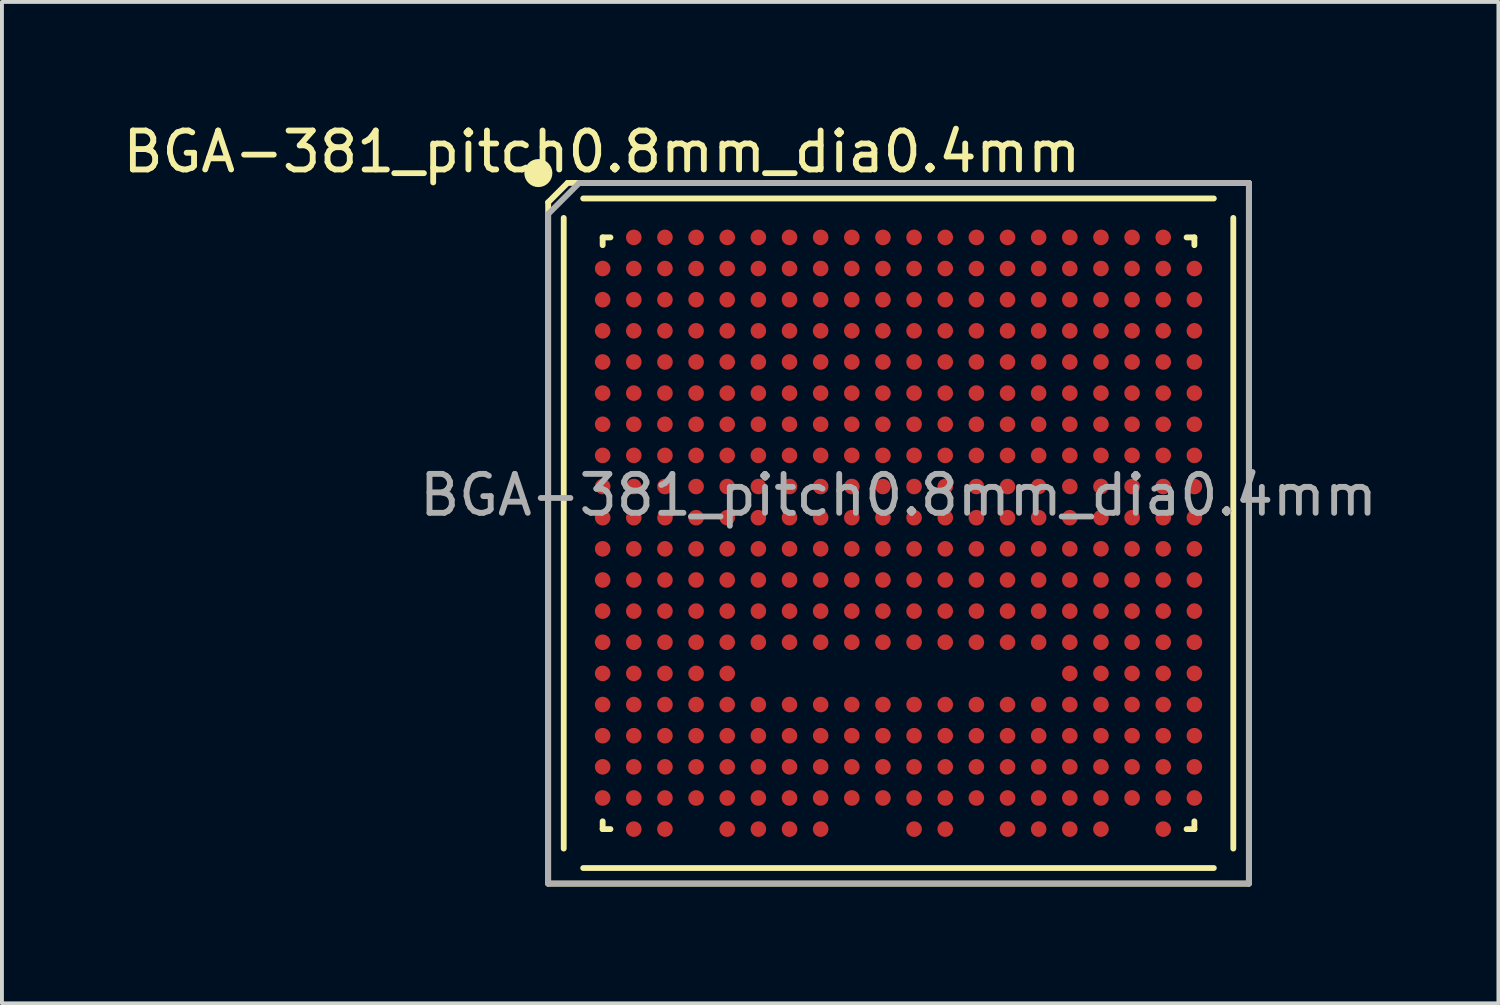
<source format=kicad_pcb>
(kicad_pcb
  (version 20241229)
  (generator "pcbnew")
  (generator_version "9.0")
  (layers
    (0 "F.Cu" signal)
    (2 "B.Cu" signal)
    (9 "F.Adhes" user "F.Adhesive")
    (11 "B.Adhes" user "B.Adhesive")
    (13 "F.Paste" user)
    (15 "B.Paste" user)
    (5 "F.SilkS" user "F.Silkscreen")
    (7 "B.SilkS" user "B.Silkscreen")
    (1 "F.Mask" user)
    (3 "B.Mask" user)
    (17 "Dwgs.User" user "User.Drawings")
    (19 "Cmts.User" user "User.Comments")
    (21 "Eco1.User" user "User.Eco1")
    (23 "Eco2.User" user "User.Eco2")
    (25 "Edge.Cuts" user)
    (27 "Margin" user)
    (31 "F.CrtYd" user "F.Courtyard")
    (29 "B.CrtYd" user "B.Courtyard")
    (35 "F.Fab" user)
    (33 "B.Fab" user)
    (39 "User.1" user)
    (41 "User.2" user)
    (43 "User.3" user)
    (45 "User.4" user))
  (footprint "BGA-381_pitch0.8mm_dia0.4mm"
    (layer "F.Cu")
    (at 20.031 10.648)
    (property "Reference" "BGA-381_pitch0.8mm_dia0.4mm" (at -7.62 -9.8 0) (layer "F.SilkS") (effects (font (size 1 1) (thickness 0.15))))
    (attr smd)
    (fp_line (start -0.2 0) (end 0.2 0) (stroke (width 0.12) (type solid)) (layer "F.Mask"))
    (fp_line (start 0 -0.2) (end 0 0.2) (stroke (width 0.12) (type solid)) (layer "F.Mask"))
    (fp_line (start -9 9) (end -9 -8.5) (stroke (width 0.15) (type solid)) (layer "F.SilkS"))
    (fp_line (start -8.6 8.1) (end -8.6 -8.1) (stroke (width 0.15) (type solid)) (layer "F.SilkS"))
    (fp_line (start -8.5 -9) (end -9 -8.5) (stroke (width 0.15) (type solid)) (layer "F.SilkS"))
    (fp_line (start -8.5 -9) (end 9 -9) (stroke (width 0.15) (type solid)) (layer "F.SilkS"))
    (fp_line (start -8.1 -8.6) (end 8.1 -8.6) (stroke (width 0.15) (type solid)) (layer "F.SilkS"))
    (fp_line (start -7.6 -7.6) (end -7.4 -7.6) (stroke (width 0.15) (type solid)) (layer "F.SilkS"))
    (fp_line (start -7.6 -7.4) (end -7.6 -7.6) (stroke (width 0.15) (type solid)) (layer "F.SilkS"))
    (fp_line (start -7.6 7.4) (end -7.6 7.6) (stroke (width 0.15) (type solid)) (layer "F.SilkS"))
    (fp_line (start -7.6 7.6) (end -7.4 7.6) (stroke (width 0.15) (type solid)) (layer "F.SilkS"))
    (fp_line (start 7.4 -7.6) (end 7.6 -7.6) (stroke (width 0.15) (type solid)) (layer "F.SilkS"))
    (fp_line (start 7.4 7.6) (end 7.6 7.6) (stroke (width 0.15) (type solid)) (layer "F.SilkS"))
    (fp_line (start 7.6 -7.6) (end 7.6 -7.4) (stroke (width 0.15) (type solid)) (layer "F.SilkS"))
    (fp_line (start 7.6 7.6) (end 7.6 7.4) (stroke (width 0.15) (type solid)) (layer "F.SilkS"))
    (fp_line (start 8.1 8.6) (end -8.1 8.6) (stroke (width 0.15) (type solid)) (layer "F.SilkS"))
    (fp_line (start 8.6 -8.1) (end 8.6 8.1) (stroke (width 0.15) (type solid)) (layer "F.SilkS"))
    (fp_line (start 9 -9) (end 9 9) (stroke (width 0.15) (type solid)) (layer "F.SilkS"))
    (fp_line (start 9 9) (end -9 9) (stroke (width 0.15) (type solid)) (layer "F.SilkS"))
    (fp_circle (center -9.252 -9.252) (end -8.952 -9.252) (stroke (width 0.12) (type solid)) (fill yes) (layer "F.SilkS"))
    (fp_line (start -9 -8.2) (end -8.2 -9) (stroke (width 0.15) (type solid)) (layer "F.Fab"))
    (fp_line (start -9 9) (end -9 -8.2) (stroke (width 0.15) (type solid)) (layer "F.Fab"))
    (fp_line (start -8.2 -9) (end 9 -9) (stroke (width 0.15) (type solid)) (layer "F.Fab"))
    (fp_line (start 9 -9) (end 9 9) (stroke (width 0.15) (type solid)) (layer "F.Fab"))
    (fp_line (start 9 9) (end -9 9) (stroke (width 0.15) (type solid)) (layer "F.Fab"))
    (fp_text user "${REFERENCE}" (at 0 -0.98 0) (layer "F.Fab") (effects (font (size 1 1) (thickness 0.15))))
    (pad "A2" smd circle (at -6.8 -7.6) (size 0.4 0.4) (layers "F.Cu" "F.Mask" "F.Paste"))
    (pad "A3" smd circle (at -6 -7.6) (size 0.4 0.4) (layers "F.Cu" "F.Mask" "F.Paste"))
    (pad "A4" smd circle (at -5.2 -7.6) (size 0.4 0.4) (layers "F.Cu" "F.Mask" "F.Paste"))
    (pad "A5" smd circle (at -4.4 -7.6) (size 0.4 0.4) (layers "F.Cu" "F.Mask" "F.Paste"))
    (pad "A6" smd circle (at -3.6 -7.6) (size 0.4 0.4) (layers "F.Cu" "F.Mask" "F.Paste"))
    (pad "A7" smd circle (at -2.8 -7.6) (size 0.4 0.4) (layers "F.Cu" "F.Mask" "F.Paste"))
    (pad "A8" smd circle (at -2 -7.6) (size 0.4 0.4) (layers "F.Cu" "F.Mask" "F.Paste"))
    (pad "A9" smd circle (at -1.2 -7.6) (size 0.4 0.4) (layers "F.Cu" "F.Mask" "F.Paste"))
    (pad "A10" smd circle (at -0.4 -7.6) (size 0.4 0.4) (layers "F.Cu" "F.Mask" "F.Paste"))
    (pad "A11" smd circle (at 0.4 -7.6) (size 0.4 0.4) (layers "F.Cu" "F.Mask" "F.Paste"))
    (pad "A12" smd circle (at 1.2 -7.6) (size 0.4 0.4) (layers "F.Cu" "F.Mask" "F.Paste"))
    (pad "A13" smd circle (at 2 -7.6) (size 0.4 0.4) (layers "F.Cu" "F.Mask" "F.Paste"))
    (pad "A14" smd circle (at 2.8 -7.6) (size 0.4 0.4) (layers "F.Cu" "F.Mask" "F.Paste"))
    (pad "A15" smd circle (at 3.6 -7.6) (size 0.4 0.4) (layers "F.Cu" "F.Mask" "F.Paste"))
    (pad "A16" smd circle (at 4.4 -7.6) (size 0.4 0.4) (layers "F.Cu" "F.Mask" "F.Paste"))
    (pad "A17" smd circle (at 5.2 -7.6) (size 0.4 0.4) (layers "F.Cu" "F.Mask" "F.Paste"))
    (pad "A18" smd circle (at 6 -7.6) (size 0.4 0.4) (layers "F.Cu" "F.Mask" "F.Paste"))
    (pad "A19" smd circle (at 6.8 -7.6) (size 0.4 0.4) (layers "F.Cu" "F.Mask" "F.Paste"))
    (pad "B1" smd circle (at -7.6 -6.8) (size 0.4 0.4) (layers "F.Cu" "F.Mask" "F.Paste"))
    (pad "B2" smd circle (at -6.8 -6.8) (size 0.4 0.4) (layers "F.Cu" "F.Mask" "F.Paste"))
    (pad "B3" smd circle (at -6 -6.8) (size 0.4 0.4) (layers "F.Cu" "F.Mask" "F.Paste"))
    (pad "B4" smd circle (at -5.2 -6.8) (size 0.4 0.4) (layers "F.Cu" "F.Mask" "F.Paste"))
    (pad "B5" smd circle (at -4.4 -6.8) (size 0.4 0.4) (layers "F.Cu" "F.Mask" "F.Paste"))
    (pad "B6" smd circle (at -3.6 -6.8) (size 0.4 0.4) (layers "F.Cu" "F.Mask" "F.Paste"))
    (pad "B7" smd circle (at -2.8 -6.8) (size 0.4 0.4) (layers "F.Cu" "F.Mask" "F.Paste"))
    (pad "B8" smd circle (at -2 -6.8) (size 0.4 0.4) (layers "F.Cu" "F.Mask" "F.Paste"))
    (pad "B9" smd circle (at -1.2 -6.8) (size 0.4 0.4) (layers "F.Cu" "F.Mask" "F.Paste"))
    (pad "B10" smd circle (at -0.4 -6.8) (size 0.4 0.4) (layers "F.Cu" "F.Mask" "F.Paste"))
    (pad "B11" smd circle (at 0.4 -6.8) (size 0.4 0.4) (layers "F.Cu" "F.Mask" "F.Paste"))
    (pad "B12" smd circle (at 1.2 -6.8) (size 0.4 0.4) (layers "F.Cu" "F.Mask" "F.Paste"))
    (pad "B13" smd circle (at 2 -6.8) (size 0.4 0.4) (layers "F.Cu" "F.Mask" "F.Paste"))
    (pad "B14" smd circle (at 2.8 -6.8) (size 0.4 0.4) (layers "F.Cu" "F.Mask" "F.Paste"))
    (pad "B15" smd circle (at 3.6 -6.8) (size 0.4 0.4) (layers "F.Cu" "F.Mask" "F.Paste"))
    (pad "B16" smd circle (at 4.4 -6.8) (size 0.4 0.4) (layers "F.Cu" "F.Mask" "F.Paste"))
    (pad "B17" smd circle (at 5.2 -6.8) (size 0.4 0.4) (layers "F.Cu" "F.Mask" "F.Paste"))
    (pad "B18" smd circle (at 6 -6.8) (size 0.4 0.4) (layers "F.Cu" "F.Mask" "F.Paste"))
    (pad "B19" smd circle (at 6.8 -6.8) (size 0.4 0.4) (layers "F.Cu" "F.Mask" "F.Paste"))
    (pad "B20" smd circle (at 7.6 -6.8) (size 0.4 0.4) (layers "F.Cu" "F.Mask" "F.Paste"))
    (pad "C1" smd circle (at -7.6 -6) (size 0.4 0.4) (layers "F.Cu" "F.Mask" "F.Paste"))
    (pad "C2" smd circle (at -6.8 -6) (size 0.4 0.4) (layers "F.Cu" "F.Mask" "F.Paste"))
    (pad "C3" smd circle (at -6 -6) (size 0.4 0.4) (layers "F.Cu" "F.Mask" "F.Paste"))
    (pad "C4" smd circle (at -5.2 -6) (size 0.4 0.4) (layers "F.Cu" "F.Mask" "F.Paste"))
    (pad "C5" smd circle (at -4.4 -6) (size 0.4 0.4) (layers "F.Cu" "F.Mask" "F.Paste"))
    (pad "C6" smd circle (at -3.6 -6) (size 0.4 0.4) (layers "F.Cu" "F.Mask" "F.Paste"))
    (pad "C7" smd circle (at -2.8 -6) (size 0.4 0.4) (layers "F.Cu" "F.Mask" "F.Paste"))
    (pad "C8" smd circle (at -2 -6) (size 0.4 0.4) (layers "F.Cu" "F.Mask" "F.Paste"))
    (pad "C9" smd circle (at -1.2 -6) (size 0.4 0.4) (layers "F.Cu" "F.Mask" "F.Paste"))
    (pad "C10" smd circle (at -0.4 -6) (size 0.4 0.4) (layers "F.Cu" "F.Mask" "F.Paste"))
    (pad "C11" smd circle (at 0.4 -6) (size 0.4 0.4) (layers "F.Cu" "F.Mask" "F.Paste"))
    (pad "C12" smd circle (at 1.2 -6) (size 0.4 0.4) (layers "F.Cu" "F.Mask" "F.Paste"))
    (pad "C13" smd circle (at 2 -6) (size 0.4 0.4) (layers "F.Cu" "F.Mask" "F.Paste"))
    (pad "C14" smd circle (at 2.8 -6) (size 0.4 0.4) (layers "F.Cu" "F.Mask" "F.Paste"))
    (pad "C15" smd circle (at 3.6 -6) (size 0.4 0.4) (layers "F.Cu" "F.Mask" "F.Paste"))
    (pad "C16" smd circle (at 4.4 -6) (size 0.4 0.4) (layers "F.Cu" "F.Mask" "F.Paste"))
    (pad "C17" smd circle (at 5.2 -6) (size 0.4 0.4) (layers "F.Cu" "F.Mask" "F.Paste"))
    (pad "C18" smd circle (at 6 -6) (size 0.4 0.4) (layers "F.Cu" "F.Mask" "F.Paste"))
    (pad "C19" smd circle (at 6.8 -6) (size 0.4 0.4) (layers "F.Cu" "F.Mask" "F.Paste"))
    (pad "C20" smd circle (at 7.6 -6) (size 0.4 0.4) (layers "F.Cu" "F.Mask" "F.Paste"))
    (pad "D1" smd circle (at -7.6 -5.2) (size 0.4 0.4) (layers "F.Cu" "F.Mask" "F.Paste"))
    (pad "D2" smd circle (at -6.8 -5.2) (size 0.4 0.4) (layers "F.Cu" "F.Mask" "F.Paste"))
    (pad "D3" smd circle (at -6 -5.2) (size 0.4 0.4) (layers "F.Cu" "F.Mask" "F.Paste"))
    (pad "D4" smd circle (at -5.2 -5.2) (size 0.4 0.4) (layers "F.Cu" "F.Mask" "F.Paste"))
    (pad "D5" smd circle (at -4.4 -5.2) (size 0.4 0.4) (layers "F.Cu" "F.Mask" "F.Paste"))
    (pad "D6" smd circle (at -3.6 -5.2) (size 0.4 0.4) (layers "F.Cu" "F.Mask" "F.Paste"))
    (pad "D7" smd circle (at -2.8 -5.2) (size 0.4 0.4) (layers "F.Cu" "F.Mask" "F.Paste"))
    (pad "D8" smd circle (at -2 -5.2) (size 0.4 0.4) (layers "F.Cu" "F.Mask" "F.Paste"))
    (pad "D9" smd circle (at -1.2 -5.2) (size 0.4 0.4) (layers "F.Cu" "F.Mask" "F.Paste"))
    (pad "D10" smd circle (at -0.4 -5.2) (size 0.4 0.4) (layers "F.Cu" "F.Mask" "F.Paste"))
    (pad "D11" smd circle (at 0.4 -5.2) (size 0.4 0.4) (layers "F.Cu" "F.Mask" "F.Paste"))
    (pad "D12" smd circle (at 1.2 -5.2) (size 0.4 0.4) (layers "F.Cu" "F.Mask" "F.Paste"))
    (pad "D13" smd circle (at 2 -5.2) (size 0.4 0.4) (layers "F.Cu" "F.Mask" "F.Paste"))
    (pad "D14" smd circle (at 2.8 -5.2) (size 0.4 0.4) (layers "F.Cu" "F.Mask" "F.Paste"))
    (pad "D15" smd circle (at 3.6 -5.2) (size 0.4 0.4) (layers "F.Cu" "F.Mask" "F.Paste"))
    (pad "D16" smd circle (at 4.4 -5.2) (size 0.4 0.4) (layers "F.Cu" "F.Mask" "F.Paste"))
    (pad "D17" smd circle (at 5.2 -5.2) (size 0.4 0.4) (layers "F.Cu" "F.Mask" "F.Paste"))
    (pad "D18" smd circle (at 6 -5.2) (size 0.4 0.4) (layers "F.Cu" "F.Mask" "F.Paste"))
    (pad "D19" smd circle (at 6.8 -5.2) (size 0.4 0.4) (layers "F.Cu" "F.Mask" "F.Paste"))
    (pad "D20" smd circle (at 7.6 -5.2) (size 0.4 0.4) (layers "F.Cu" "F.Mask" "F.Paste"))
    (pad "E1" smd circle (at -7.6 -4.4) (size 0.4 0.4) (layers "F.Cu" "F.Mask" "F.Paste"))
    (pad "E2" smd circle (at -6.8 -4.4) (size 0.4 0.4) (layers "F.Cu" "F.Mask" "F.Paste"))
    (pad "E3" smd circle (at -6 -4.4) (size 0.4 0.4) (layers "F.Cu" "F.Mask" "F.Paste"))
    (pad "E4" smd circle (at -5.2 -4.4) (size 0.4 0.4) (layers "F.Cu" "F.Mask" "F.Paste"))
    (pad "E5" smd circle (at -4.4 -4.4) (size 0.4 0.4) (layers "F.Cu" "F.Mask" "F.Paste"))
    (pad "E6" smd circle (at -3.6 -4.4) (size 0.4 0.4) (layers "F.Cu" "F.Mask" "F.Paste"))
    (pad "E7" smd circle (at -2.8 -4.4) (size 0.4 0.4) (layers "F.Cu" "F.Mask" "F.Paste"))
    (pad "E8" smd circle (at -2 -4.4) (size 0.4 0.4) (layers "F.Cu" "F.Mask" "F.Paste"))
    (pad "E9" smd circle (at -1.2 -4.4) (size 0.4 0.4) (layers "F.Cu" "F.Mask" "F.Paste"))
    (pad "E10" smd circle (at -0.4 -4.4) (size 0.4 0.4) (layers "F.Cu" "F.Mask" "F.Paste"))
    (pad "E11" smd circle (at 0.4 -4.4) (size 0.4 0.4) (layers "F.Cu" "F.Mask" "F.Paste"))
    (pad "E12" smd circle (at 1.2 -4.4) (size 0.4 0.4) (layers "F.Cu" "F.Mask" "F.Paste"))
    (pad "E13" smd circle (at 2 -4.4) (size 0.4 0.4) (layers "F.Cu" "F.Mask" "F.Paste"))
    (pad "E14" smd circle (at 2.8 -4.4) (size 0.4 0.4) (layers "F.Cu" "F.Mask" "F.Paste"))
    (pad "E15" smd circle (at 3.6 -4.4) (size 0.4 0.4) (layers "F.Cu" "F.Mask" "F.Paste"))
    (pad "E16" smd circle (at 4.4 -4.4) (size 0.4 0.4) (layers "F.Cu" "F.Mask" "F.Paste"))
    (pad "E17" smd circle (at 5.2 -4.4) (size 0.4 0.4) (layers "F.Cu" "F.Mask" "F.Paste"))
    (pad "E18" smd circle (at 6 -4.4) (size 0.4 0.4) (layers "F.Cu" "F.Mask" "F.Paste"))
    (pad "E19" smd circle (at 6.8 -4.4) (size 0.4 0.4) (layers "F.Cu" "F.Mask" "F.Paste"))
    (pad "E20" smd circle (at 7.6 -4.4) (size 0.4 0.4) (layers "F.Cu" "F.Mask" "F.Paste"))
    (pad "F1" smd circle (at -7.6 -3.6) (size 0.4 0.4) (layers "F.Cu" "F.Mask" "F.Paste"))
    (pad "F2" smd circle (at -6.8 -3.6) (size 0.4 0.4) (layers "F.Cu" "F.Mask" "F.Paste"))
    (pad "F3" smd circle (at -6 -3.6) (size 0.4 0.4) (layers "F.Cu" "F.Mask" "F.Paste"))
    (pad "F4" smd circle (at -5.2 -3.6) (size 0.4 0.4) (layers "F.Cu" "F.Mask" "F.Paste"))
    (pad "F5" smd circle (at -4.4 -3.6) (size 0.4 0.4) (layers "F.Cu" "F.Mask" "F.Paste"))
    (pad "F6" smd circle (at -3.6 -3.6) (size 0.4 0.4) (layers "F.Cu" "F.Mask" "F.Paste"))
    (pad "F7" smd circle (at -2.8 -3.6) (size 0.4 0.4) (layers "F.Cu" "F.Mask" "F.Paste"))
    (pad "F8" smd circle (at -2 -3.6) (size 0.4 0.4) (layers "F.Cu" "F.Mask" "F.Paste"))
    (pad "F9" smd circle (at -1.2 -3.6) (size 0.4 0.4) (layers "F.Cu" "F.Mask" "F.Paste"))
    (pad "F10" smd circle (at -0.4 -3.6) (size 0.4 0.4) (layers "F.Cu" "F.Mask" "F.Paste"))
    (pad "F11" smd circle (at 0.4 -3.6) (size 0.4 0.4) (layers "F.Cu" "F.Mask" "F.Paste"))
    (pad "F12" smd circle (at 1.2 -3.6) (size 0.4 0.4) (layers "F.Cu" "F.Mask" "F.Paste"))
    (pad "F13" smd circle (at 2 -3.6) (size 0.4 0.4) (layers "F.Cu" "F.Mask" "F.Paste"))
    (pad "F14" smd circle (at 2.8 -3.6) (size 0.4 0.4) (layers "F.Cu" "F.Mask" "F.Paste"))
    (pad "F15" smd circle (at 3.6 -3.6) (size 0.4 0.4) (layers "F.Cu" "F.Mask" "F.Paste"))
    (pad "F16" smd circle (at 4.4 -3.6) (size 0.4 0.4) (layers "F.Cu" "F.Mask" "F.Paste"))
    (pad "F17" smd circle (at 5.2 -3.6) (size 0.4 0.4) (layers "F.Cu" "F.Mask" "F.Paste"))
    (pad "F18" smd circle (at 6 -3.6) (size 0.4 0.4) (layers "F.Cu" "F.Mask" "F.Paste"))
    (pad "F19" smd circle (at 6.8 -3.6) (size 0.4 0.4) (layers "F.Cu" "F.Mask" "F.Paste"))
    (pad "F20" smd circle (at 7.6 -3.6) (size 0.4 0.4) (layers "F.Cu" "F.Mask" "F.Paste"))
    (pad "G1" smd circle (at -7.6 -2.8) (size 0.4 0.4) (layers "F.Cu" "F.Mask" "F.Paste"))
    (pad "G2" smd circle (at -6.8 -2.8) (size 0.4 0.4) (layers "F.Cu" "F.Mask" "F.Paste"))
    (pad "G3" smd circle (at -6 -2.8) (size 0.4 0.4) (layers "F.Cu" "F.Mask" "F.Paste"))
    (pad "G4" smd circle (at -5.2 -2.8) (size 0.4 0.4) (layers "F.Cu" "F.Mask" "F.Paste"))
    (pad "G5" smd circle (at -4.4 -2.8) (size 0.4 0.4) (layers "F.Cu" "F.Mask" "F.Paste"))
    (pad "G6" smd circle (at -3.6 -2.8) (size 0.4 0.4) (layers "F.Cu" "F.Mask" "F.Paste"))
    (pad "G7" smd circle (at -2.8 -2.8) (size 0.4 0.4) (layers "F.Cu" "F.Mask" "F.Paste"))
    (pad "G8" smd circle (at -2 -2.8) (size 0.4 0.4) (layers "F.Cu" "F.Mask" "F.Paste"))
    (pad "G9" smd circle (at -1.2 -2.8) (size 0.4 0.4) (layers "F.Cu" "F.Mask" "F.Paste"))
    (pad "G10" smd circle (at -0.4 -2.8) (size 0.4 0.4) (layers "F.Cu" "F.Mask" "F.Paste"))
    (pad "G11" smd circle (at 0.4 -2.8) (size 0.4 0.4) (layers "F.Cu" "F.Mask" "F.Paste"))
    (pad "G12" smd circle (at 1.2 -2.8) (size 0.4 0.4) (layers "F.Cu" "F.Mask" "F.Paste"))
    (pad "G13" smd circle (at 2 -2.8) (size 0.4 0.4) (layers "F.Cu" "F.Mask" "F.Paste"))
    (pad "G14" smd circle (at 2.8 -2.8) (size 0.4 0.4) (layers "F.Cu" "F.Mask" "F.Paste"))
    (pad "G15" smd circle (at 3.6 -2.8) (size 0.4 0.4) (layers "F.Cu" "F.Mask" "F.Paste"))
    (pad "G16" smd circle (at 4.4 -2.8) (size 0.4 0.4) (layers "F.Cu" "F.Mask" "F.Paste"))
    (pad "G17" smd circle (at 5.2 -2.8) (size 0.4 0.4) (layers "F.Cu" "F.Mask" "F.Paste"))
    (pad "G18" smd circle (at 6 -2.8) (size 0.4 0.4) (layers "F.Cu" "F.Mask" "F.Paste"))
    (pad "G19" smd circle (at 6.8 -2.8) (size 0.4 0.4) (layers "F.Cu" "F.Mask" "F.Paste"))
    (pad "G20" smd circle (at 7.6 -2.8) (size 0.4 0.4) (layers "F.Cu" "F.Mask" "F.Paste"))
    (pad "H1" smd circle (at -7.6 -2) (size 0.4 0.4) (layers "F.Cu" "F.Mask" "F.Paste"))
    (pad "H2" smd circle (at -6.8 -2) (size 0.4 0.4) (layers "F.Cu" "F.Mask" "F.Paste"))
    (pad "H3" smd circle (at -6 -2) (size 0.4 0.4) (layers "F.Cu" "F.Mask" "F.Paste"))
    (pad "H4" smd circle (at -5.2 -2) (size 0.4 0.4) (layers "F.Cu" "F.Mask" "F.Paste"))
    (pad "H5" smd circle (at -4.4 -2) (size 0.4 0.4) (layers "F.Cu" "F.Mask" "F.Paste"))
    (pad "H6" smd circle (at -3.6 -2) (size 0.4 0.4) (layers "F.Cu" "F.Mask" "F.Paste"))
    (pad "H7" smd circle (at -2.8 -2) (size 0.4 0.4) (layers "F.Cu" "F.Mask" "F.Paste"))
    (pad "H8" smd circle (at -2 -2) (size 0.4 0.4) (layers "F.Cu" "F.Mask" "F.Paste"))
    (pad "H9" smd circle (at -1.2 -2) (size 0.4 0.4) (layers "F.Cu" "F.Mask" "F.Paste"))
    (pad "H10" smd circle (at -0.4 -2) (size 0.4 0.4) (layers "F.Cu" "F.Mask" "F.Paste"))
    (pad "H11" smd circle (at 0.4 -2) (size 0.4 0.4) (layers "F.Cu" "F.Mask" "F.Paste"))
    (pad "H12" smd circle (at 1.2 -2) (size 0.4 0.4) (layers "F.Cu" "F.Mask" "F.Paste"))
    (pad "H13" smd circle (at 2 -2) (size 0.4 0.4) (layers "F.Cu" "F.Mask" "F.Paste"))
    (pad "H14" smd circle (at 2.8 -2) (size 0.4 0.4) (layers "F.Cu" "F.Mask" "F.Paste"))
    (pad "H15" smd circle (at 3.6 -2) (size 0.4 0.4) (layers "F.Cu" "F.Mask" "F.Paste"))
    (pad "H16" smd circle (at 4.4 -2) (size 0.4 0.4) (layers "F.Cu" "F.Mask" "F.Paste"))
    (pad "H17" smd circle (at 5.2 -2) (size 0.4 0.4) (layers "F.Cu" "F.Mask" "F.Paste"))
    (pad "H18" smd circle (at 6 -2) (size 0.4 0.4) (layers "F.Cu" "F.Mask" "F.Paste"))
    (pad "H19" smd circle (at 6.8 -2) (size 0.4 0.4) (layers "F.Cu" "F.Mask" "F.Paste"))
    (pad "H20" smd circle (at 7.6 -2) (size 0.4 0.4) (layers "F.Cu" "F.Mask" "F.Paste"))
    (pad "J1" smd circle (at -7.6 -1.2) (size 0.4 0.4) (layers "F.Cu" "F.Mask" "F.Paste"))
    (pad "J2" smd circle (at -6.8 -1.2) (size 0.4 0.4) (layers "F.Cu" "F.Mask" "F.Paste"))
    (pad "J3" smd circle (at -6 -1.2) (size 0.4 0.4) (layers "F.Cu" "F.Mask" "F.Paste"))
    (pad "J4" smd circle (at -5.2 -1.2) (size 0.4 0.4) (layers "F.Cu" "F.Mask" "F.Paste"))
    (pad "J5" smd circle (at -4.4 -1.2) (size 0.4 0.4) (layers "F.Cu" "F.Mask" "F.Paste"))
    (pad "J6" smd circle (at -3.6 -1.2) (size 0.4 0.4) (layers "F.Cu" "F.Mask" "F.Paste"))
    (pad "J7" smd circle (at -2.8 -1.2) (size 0.4 0.4) (layers "F.Cu" "F.Mask" "F.Paste"))
    (pad "J8" smd circle (at -2 -1.2) (size 0.4 0.4) (layers "F.Cu" "F.Mask" "F.Paste"))
    (pad "J9" smd circle (at -1.2 -1.2) (size 0.4 0.4) (layers "F.Cu" "F.Mask" "F.Paste"))
    (pad "J10" smd circle (at -0.4 -1.2) (size 0.4 0.4) (layers "F.Cu" "F.Mask" "F.Paste"))
    (pad "J11" smd circle (at 0.4 -1.2) (size 0.4 0.4) (layers "F.Cu" "F.Mask" "F.Paste"))
    (pad "J12" smd circle (at 1.2 -1.2) (size 0.4 0.4) (layers "F.Cu" "F.Mask" "F.Paste"))
    (pad "J13" smd circle (at 2 -1.2) (size 0.4 0.4) (layers "F.Cu" "F.Mask" "F.Paste"))
    (pad "J14" smd circle (at 2.8 -1.2) (size 0.4 0.4) (layers "F.Cu" "F.Mask" "F.Paste"))
    (pad "J15" smd circle (at 3.6 -1.2) (size 0.4 0.4) (layers "F.Cu" "F.Mask" "F.Paste"))
    (pad "J16" smd circle (at 4.4 -1.2) (size 0.4 0.4) (layers "F.Cu" "F.Mask" "F.Paste"))
    (pad "J17" smd circle (at 5.2 -1.2) (size 0.4 0.4) (layers "F.Cu" "F.Mask" "F.Paste"))
    (pad "J18" smd circle (at 6 -1.2) (size 0.4 0.4) (layers "F.Cu" "F.Mask" "F.Paste"))
    (pad "J19" smd circle (at 6.8 -1.2) (size 0.4 0.4) (layers "F.Cu" "F.Mask" "F.Paste"))
    (pad "J20" smd circle (at 7.6 -1.2) (size 0.4 0.4) (layers "F.Cu" "F.Mask" "F.Paste"))
    (pad "K1" smd circle (at -7.6 -0.4) (size 0.4 0.4) (layers "F.Cu" "F.Mask" "F.Paste"))
    (pad "K2" smd circle (at -6.8 -0.4) (size 0.4 0.4) (layers "F.Cu" "F.Mask" "F.Paste"))
    (pad "K3" smd circle (at -6 -0.4) (size 0.4 0.4) (layers "F.Cu" "F.Mask" "F.Paste"))
    (pad "K4" smd circle (at -5.2 -0.4) (size 0.4 0.4) (layers "F.Cu" "F.Mask" "F.Paste"))
    (pad "K5" smd circle (at -4.4 -0.4) (size 0.4 0.4) (layers "F.Cu" "F.Mask" "F.Paste"))
    (pad "K6" smd circle (at -3.6 -0.4) (size 0.4 0.4) (layers "F.Cu" "F.Mask" "F.Paste"))
    (pad "K7" smd circle (at -2.8 -0.4) (size 0.4 0.4) (layers "F.Cu" "F.Mask" "F.Paste"))
    (pad "K8" smd circle (at -2 -0.4) (size 0.4 0.4) (layers "F.Cu" "F.Mask" "F.Paste"))
    (pad "K9" smd circle (at -1.2 -0.4) (size 0.4 0.4) (layers "F.Cu" "F.Mask" "F.Paste"))
    (pad "K10" smd circle (at -0.4 -0.4) (size 0.4 0.4) (layers "F.Cu" "F.Mask" "F.Paste"))
    (pad "K11" smd circle (at 0.4 -0.4) (size 0.4 0.4) (layers "F.Cu" "F.Mask" "F.Paste"))
    (pad "K12" smd circle (at 1.2 -0.4) (size 0.4 0.4) (layers "F.Cu" "F.Mask" "F.Paste"))
    (pad "K13" smd circle (at 2 -0.4) (size 0.4 0.4) (layers "F.Cu" "F.Mask" "F.Paste"))
    (pad "K14" smd circle (at 2.8 -0.4) (size 0.4 0.4) (layers "F.Cu" "F.Mask" "F.Paste"))
    (pad "K15" smd circle (at 3.6 -0.4) (size 0.4 0.4) (layers "F.Cu" "F.Mask" "F.Paste"))
    (pad "K16" smd circle (at 4.4 -0.4) (size 0.4 0.4) (layers "F.Cu" "F.Mask" "F.Paste"))
    (pad "K17" smd circle (at 5.2 -0.4) (size 0.4 0.4) (layers "F.Cu" "F.Mask" "F.Paste"))
    (pad "K18" smd circle (at 6 -0.4) (size 0.4 0.4) (layers "F.Cu" "F.Mask" "F.Paste"))
    (pad "K19" smd circle (at 6.8 -0.4) (size 0.4 0.4) (layers "F.Cu" "F.Mask" "F.Paste"))
    (pad "K20" smd circle (at 7.6 -0.4) (size 0.4 0.4) (layers "F.Cu" "F.Mask" "F.Paste"))
    (pad "L1" smd circle (at -7.6 0.4) (size 0.4 0.4) (layers "F.Cu" "F.Mask" "F.Paste"))
    (pad "L2" smd circle (at -6.8 0.4) (size 0.4 0.4) (layers "F.Cu" "F.Mask" "F.Paste"))
    (pad "L3" smd circle (at -6 0.4) (size 0.4 0.4) (layers "F.Cu" "F.Mask" "F.Paste"))
    (pad "L4" smd circle (at -5.2 0.4) (size 0.4 0.4) (layers "F.Cu" "F.Mask" "F.Paste"))
    (pad "L5" smd circle (at -4.4 0.4) (size 0.4 0.4) (layers "F.Cu" "F.Mask" "F.Paste"))
    (pad "L6" smd circle (at -3.6 0.4) (size 0.4 0.4) (layers "F.Cu" "F.Mask" "F.Paste"))
    (pad "L7" smd circle (at -2.8 0.4) (size 0.4 0.4) (layers "F.Cu" "F.Mask" "F.Paste"))
    (pad "L8" smd circle (at -2 0.4) (size 0.4 0.4) (layers "F.Cu" "F.Mask" "F.Paste"))
    (pad "L9" smd circle (at -1.2 0.4) (size 0.4 0.4) (layers "F.Cu" "F.Mask" "F.Paste"))
    (pad "L10" smd circle (at -0.4 0.4) (size 0.4 0.4) (layers "F.Cu" "F.Mask" "F.Paste"))
    (pad "L11" smd circle (at 0.4 0.4) (size 0.4 0.4) (layers "F.Cu" "F.Mask" "F.Paste"))
    (pad "L12" smd circle (at 1.2 0.4) (size 0.4 0.4) (layers "F.Cu" "F.Mask" "F.Paste"))
    (pad "L13" smd circle (at 2 0.4) (size 0.4 0.4) (layers "F.Cu" "F.Mask" "F.Paste"))
    (pad "L14" smd circle (at 2.8 0.4) (size 0.4 0.4) (layers "F.Cu" "F.Mask" "F.Paste"))
    (pad "L15" smd circle (at 3.6 0.4) (size 0.4 0.4) (layers "F.Cu" "F.Mask" "F.Paste"))
    (pad "L16" smd circle (at 4.4 0.4) (size 0.4 0.4) (layers "F.Cu" "F.Mask" "F.Paste"))
    (pad "L17" smd circle (at 5.2 0.4) (size 0.4 0.4) (layers "F.Cu" "F.Mask" "F.Paste"))
    (pad "L18" smd circle (at 6 0.4) (size 0.4 0.4) (layers "F.Cu" "F.Mask" "F.Paste"))
    (pad "L19" smd circle (at 6.8 0.4) (size 0.4 0.4) (layers "F.Cu" "F.Mask" "F.Paste"))
    (pad "L20" smd circle (at 7.6 0.4) (size 0.4 0.4) (layers "F.Cu" "F.Mask" "F.Paste"))
    (pad "M1" smd circle (at -7.6 1.2) (size 0.4 0.4) (layers "F.Cu" "F.Mask" "F.Paste"))
    (pad "M2" smd circle (at -6.8 1.2) (size 0.4 0.4) (layers "F.Cu" "F.Mask" "F.Paste"))
    (pad "M3" smd circle (at -6 1.2) (size 0.4 0.4) (layers "F.Cu" "F.Mask" "F.Paste"))
    (pad "M4" smd circle (at -5.2 1.2) (size 0.4 0.4) (layers "F.Cu" "F.Mask" "F.Paste"))
    (pad "M5" smd circle (at -4.4 1.2) (size 0.4 0.4) (layers "F.Cu" "F.Mask" "F.Paste"))
    (pad "M6" smd circle (at -3.6 1.2) (size 0.4 0.4) (layers "F.Cu" "F.Mask" "F.Paste"))
    (pad "M7" smd circle (at -2.8 1.2) (size 0.4 0.4) (layers "F.Cu" "F.Mask" "F.Paste"))
    (pad "M8" smd circle (at -2 1.2) (size 0.4 0.4) (layers "F.Cu" "F.Mask" "F.Paste"))
    (pad "M9" smd circle (at -1.2 1.2) (size 0.4 0.4) (layers "F.Cu" "F.Mask" "F.Paste"))
    (pad "M10" smd circle (at -0.4 1.2) (size 0.4 0.4) (layers "F.Cu" "F.Mask" "F.Paste"))
    (pad "M11" smd circle (at 0.4 1.2) (size 0.4 0.4) (layers "F.Cu" "F.Mask" "F.Paste"))
    (pad "M12" smd circle (at 1.2 1.2) (size 0.4 0.4) (layers "F.Cu" "F.Mask" "F.Paste"))
    (pad "M13" smd circle (at 2 1.2) (size 0.4 0.4) (layers "F.Cu" "F.Mask" "F.Paste"))
    (pad "M14" smd circle (at 2.8 1.2) (size 0.4 0.4) (layers "F.Cu" "F.Mask" "F.Paste"))
    (pad "M15" smd circle (at 3.6 1.2) (size 0.4 0.4) (layers "F.Cu" "F.Mask" "F.Paste"))
    (pad "M16" smd circle (at 4.4 1.2) (size 0.4 0.4) (layers "F.Cu" "F.Mask" "F.Paste"))
    (pad "M17" smd circle (at 5.2 1.2) (size 0.4 0.4) (layers "F.Cu" "F.Mask" "F.Paste"))
    (pad "M18" smd circle (at 6 1.2) (size 0.4 0.4) (layers "F.Cu" "F.Mask" "F.Paste"))
    (pad "M19" smd circle (at 6.8 1.2) (size 0.4 0.4) (layers "F.Cu" "F.Mask" "F.Paste"))
    (pad "M20" smd circle (at 7.6 1.2) (size 0.4 0.4) (layers "F.Cu" "F.Mask" "F.Paste"))
    (pad "N1" smd circle (at -7.6 2) (size 0.4 0.4) (layers "F.Cu" "F.Mask" "F.Paste"))
    (pad "N2" smd circle (at -6.8 2) (size 0.4 0.4) (layers "F.Cu" "F.Mask" "F.Paste"))
    (pad "N3" smd circle (at -6 2) (size 0.4 0.4) (layers "F.Cu" "F.Mask" "F.Paste"))
    (pad "N4" smd circle (at -5.2 2) (size 0.4 0.4) (layers "F.Cu" "F.Mask" "F.Paste"))
    (pad "N5" smd circle (at -4.4 2) (size 0.4 0.4) (layers "F.Cu" "F.Mask" "F.Paste"))
    (pad "N6" smd circle (at -3.6 2) (size 0.4 0.4) (layers "F.Cu" "F.Mask" "F.Paste"))
    (pad "N7" smd circle (at -2.8 2) (size 0.4 0.4) (layers "F.Cu" "F.Mask" "F.Paste"))
    (pad "N8" smd circle (at -2 2) (size 0.4 0.4) (layers "F.Cu" "F.Mask" "F.Paste"))
    (pad "N9" smd circle (at -1.2 2) (size 0.4 0.4) (layers "F.Cu" "F.Mask" "F.Paste"))
    (pad "N10" smd circle (at -0.4 2) (size 0.4 0.4) (layers "F.Cu" "F.Mask" "F.Paste"))
    (pad "N11" smd circle (at 0.4 2) (size 0.4 0.4) (layers "F.Cu" "F.Mask" "F.Paste"))
    (pad "N12" smd circle (at 1.2 2) (size 0.4 0.4) (layers "F.Cu" "F.Mask" "F.Paste"))
    (pad "N13" smd circle (at 2 2) (size 0.4 0.4) (layers "F.Cu" "F.Mask" "F.Paste"))
    (pad "N14" smd circle (at 2.8 2) (size 0.4 0.4) (layers "F.Cu" "F.Mask" "F.Paste"))
    (pad "N15" smd circle (at 3.6 2) (size 0.4 0.4) (layers "F.Cu" "F.Mask" "F.Paste"))
    (pad "N16" smd circle (at 4.4 2) (size 0.4 0.4) (layers "F.Cu" "F.Mask" "F.Paste"))
    (pad "N17" smd circle (at 5.2 2) (size 0.4 0.4) (layers "F.Cu" "F.Mask" "F.Paste"))
    (pad "N18" smd circle (at 6 2) (size 0.4 0.4) (layers "F.Cu" "F.Mask" "F.Paste"))
    (pad "N19" smd circle (at 6.8 2) (size 0.4 0.4) (layers "F.Cu" "F.Mask" "F.Paste"))
    (pad "N20" smd circle (at 7.6 2) (size 0.4 0.4) (layers "F.Cu" "F.Mask" "F.Paste"))
    (pad "P1" smd circle (at -7.6 2.8) (size 0.4 0.4) (layers "F.Cu" "F.Mask" "F.Paste"))
    (pad "P2" smd circle (at -6.8 2.8) (size 0.4 0.4) (layers "F.Cu" "F.Mask" "F.Paste"))
    (pad "P3" smd circle (at -6 2.8) (size 0.4 0.4) (layers "F.Cu" "F.Mask" "F.Paste"))
    (pad "P4" smd circle (at -5.2 2.8) (size 0.4 0.4) (layers "F.Cu" "F.Mask" "F.Paste"))
    (pad "P5" smd circle (at -4.4 2.8) (size 0.4 0.4) (layers "F.Cu" "F.Mask" "F.Paste"))
    (pad "P6" smd circle (at -3.6 2.8) (size 0.4 0.4) (layers "F.Cu" "F.Mask" "F.Paste"))
    (pad "P7" smd circle (at -2.8 2.8) (size 0.4 0.4) (layers "F.Cu" "F.Mask" "F.Paste"))
    (pad "P8" smd circle (at -2 2.8) (size 0.4 0.4) (layers "F.Cu" "F.Mask" "F.Paste"))
    (pad "P9" smd circle (at -1.2 2.8) (size 0.4 0.4) (layers "F.Cu" "F.Mask" "F.Paste"))
    (pad "P10" smd circle (at -0.4 2.8) (size 0.4 0.4) (layers "F.Cu" "F.Mask" "F.Paste"))
    (pad "P11" smd circle (at 0.4 2.8) (size 0.4 0.4) (layers "F.Cu" "F.Mask" "F.Paste"))
    (pad "P12" smd circle (at 1.2 2.8) (size 0.4 0.4) (layers "F.Cu" "F.Mask" "F.Paste"))
    (pad "P13" smd circle (at 2 2.8) (size 0.4 0.4) (layers "F.Cu" "F.Mask" "F.Paste"))
    (pad "P14" smd circle (at 2.8 2.8) (size 0.4 0.4) (layers "F.Cu" "F.Mask" "F.Paste"))
    (pad "P15" smd circle (at 3.6 2.8) (size 0.4 0.4) (layers "F.Cu" "F.Mask" "F.Paste"))
    (pad "P16" smd circle (at 4.4 2.8) (size 0.4 0.4) (layers "F.Cu" "F.Mask" "F.Paste"))
    (pad "P17" smd circle (at 5.2 2.8) (size 0.4 0.4) (layers "F.Cu" "F.Mask" "F.Paste"))
    (pad "P18" smd circle (at 6 2.8) (size 0.4 0.4) (layers "F.Cu" "F.Mask" "F.Paste"))
    (pad "P19" smd circle (at 6.8 2.8) (size 0.4 0.4) (layers "F.Cu" "F.Mask" "F.Paste"))
    (pad "P20" smd circle (at 7.6 2.8) (size 0.4 0.4) (layers "F.Cu" "F.Mask" "F.Paste"))
    (pad "R1" smd circle (at -7.6 3.6) (size 0.4 0.4) (layers "F.Cu" "F.Mask" "F.Paste"))
    (pad "R2" smd circle (at -6.8 3.6) (size 0.4 0.4) (layers "F.Cu" "F.Mask" "F.Paste"))
    (pad "R3" smd circle (at -6 3.6) (size 0.4 0.4) (layers "F.Cu" "F.Mask" "F.Paste"))
    (pad "R4" smd circle (at -5.2 3.6) (size 0.4 0.4) (layers "F.Cu" "F.Mask" "F.Paste"))
    (pad "R5" smd circle (at -4.4 3.6) (size 0.4 0.4) (layers "F.Cu" "F.Mask" "F.Paste"))
    (pad "R16" smd circle (at 4.4 3.6) (size 0.4 0.4) (layers "F.Cu" "F.Mask" "F.Paste"))
    (pad "R17" smd circle (at 5.2 3.6) (size 0.4 0.4) (layers "F.Cu" "F.Mask" "F.Paste"))
    (pad "R18" smd circle (at 6 3.6) (size 0.4 0.4) (layers "F.Cu" "F.Mask" "F.Paste"))
    (pad "R19" smd circle (at 6.8 3.6) (size 0.4 0.4) (layers "F.Cu" "F.Mask" "F.Paste"))
    (pad "R20" smd circle (at 7.6 3.6) (size 0.4 0.4) (layers "F.Cu" "F.Mask" "F.Paste"))
    (pad "T1" smd circle (at -7.6 4.4) (size 0.4 0.4) (layers "F.Cu" "F.Mask" "F.Paste"))
    (pad "T2" smd circle (at -6.8 4.4) (size 0.4 0.4) (layers "F.Cu" "F.Mask" "F.Paste"))
    (pad "T3" smd circle (at -6 4.4) (size 0.4 0.4) (layers "F.Cu" "F.Mask" "F.Paste"))
    (pad "T4" smd circle (at -5.2 4.4) (size 0.4 0.4) (layers "F.Cu" "F.Mask" "F.Paste"))
    (pad "T5" smd circle (at -4.4 4.4) (size 0.4 0.4) (layers "F.Cu" "F.Mask" "F.Paste"))
    (pad "T6" smd circle (at -3.6 4.4) (size 0.4 0.4) (layers "F.Cu" "F.Mask" "F.Paste"))
    (pad "T7" smd circle (at -2.8 4.4) (size 0.4 0.4) (layers "F.Cu" "F.Mask" "F.Paste"))
    (pad "T8" smd circle (at -2 4.4) (size 0.4 0.4) (layers "F.Cu" "F.Mask" "F.Paste"))
    (pad "T9" smd circle (at -1.2 4.4) (size 0.4 0.4) (layers "F.Cu" "F.Mask" "F.Paste"))
    (pad "T10" smd circle (at -0.4 4.4) (size 0.4 0.4) (layers "F.Cu" "F.Mask" "F.Paste"))
    (pad "T11" smd circle (at 0.4 4.4) (size 0.4 0.4) (layers "F.Cu" "F.Mask" "F.Paste"))
    (pad "T12" smd circle (at 1.2 4.4) (size 0.4 0.4) (layers "F.Cu" "F.Mask" "F.Paste"))
    (pad "T13" smd circle (at 2 4.4) (size 0.4 0.4) (layers "F.Cu" "F.Mask" "F.Paste"))
    (pad "T14" smd circle (at 2.8 4.4) (size 0.4 0.4) (layers "F.Cu" "F.Mask" "F.Paste"))
    (pad "T15" smd circle (at 3.6 4.4) (size 0.4 0.4) (layers "F.Cu" "F.Mask" "F.Paste"))
    (pad "T16" smd circle (at 4.4 4.4) (size 0.4 0.4) (layers "F.Cu" "F.Mask" "F.Paste"))
    (pad "T17" smd circle (at 5.2 4.4) (size 0.4 0.4) (layers "F.Cu" "F.Mask" "F.Paste"))
    (pad "T18" smd circle (at 6 4.4) (size 0.4 0.4) (layers "F.Cu" "F.Mask" "F.Paste"))
    (pad "T19" smd circle (at 6.8 4.4) (size 0.4 0.4) (layers "F.Cu" "F.Mask" "F.Paste"))
    (pad "T20" smd circle (at 7.6 4.4) (size 0.4 0.4) (layers "F.Cu" "F.Mask" "F.Paste"))
    (pad "U1" smd circle (at -7.6 5.2) (size 0.4 0.4) (layers "F.Cu" "F.Mask" "F.Paste"))
    (pad "U2" smd circle (at -6.8 5.2) (size 0.4 0.4) (layers "F.Cu" "F.Mask" "F.Paste"))
    (pad "U3" smd circle (at -6 5.2) (size 0.4 0.4) (layers "F.Cu" "F.Mask" "F.Paste"))
    (pad "U4" smd circle (at -5.2 5.2) (size 0.4 0.4) (layers "F.Cu" "F.Mask" "F.Paste"))
    (pad "U5" smd circle (at -4.4 5.2) (size 0.4 0.4) (layers "F.Cu" "F.Mask" "F.Paste"))
    (pad "U6" smd circle (at -3.6 5.2) (size 0.4 0.4) (layers "F.Cu" "F.Mask" "F.Paste"))
    (pad "U7" smd circle (at -2.8 5.2) (size 0.4 0.4) (layers "F.Cu" "F.Mask" "F.Paste"))
    (pad "U8" smd circle (at -2 5.2) (size 0.4 0.4) (layers "F.Cu" "F.Mask" "F.Paste"))
    (pad "U9" smd circle (at -1.2 5.2) (size 0.4 0.4) (layers "F.Cu" "F.Mask" "F.Paste"))
    (pad "U10" smd circle (at -0.4 5.2) (size 0.4 0.4) (layers "F.Cu" "F.Mask" "F.Paste"))
    (pad "U11" smd circle (at 0.4 5.2) (size 0.4 0.4) (layers "F.Cu" "F.Mask" "F.Paste"))
    (pad "U12" smd circle (at 1.2 5.2) (size 0.4 0.4) (layers "F.Cu" "F.Mask" "F.Paste"))
    (pad "U13" smd circle (at 2 5.2) (size 0.4 0.4) (layers "F.Cu" "F.Mask" "F.Paste"))
    (pad "U14" smd circle (at 2.8 5.2) (size 0.4 0.4) (layers "F.Cu" "F.Mask" "F.Paste"))
    (pad "U15" smd circle (at 3.6 5.2) (size 0.4 0.4) (layers "F.Cu" "F.Mask" "F.Paste"))
    (pad "U16" smd circle (at 4.4 5.2) (size 0.4 0.4) (layers "F.Cu" "F.Mask" "F.Paste"))
    (pad "U17" smd circle (at 5.2 5.2) (size 0.4 0.4) (layers "F.Cu" "F.Mask" "F.Paste"))
    (pad "U18" smd circle (at 6 5.2) (size 0.4 0.4) (layers "F.Cu" "F.Mask" "F.Paste"))
    (pad "U19" smd circle (at 6.8 5.2) (size 0.4 0.4) (layers "F.Cu" "F.Mask" "F.Paste"))
    (pad "U20" smd circle (at 7.6 5.2) (size 0.4 0.4) (layers "F.Cu" "F.Mask" "F.Paste"))
    (pad "V1" smd circle (at -7.6 6) (size 0.4 0.4) (layers "F.Cu" "F.Mask" "F.Paste"))
    (pad "V2" smd circle (at -6.8 6) (size 0.4 0.4) (layers "F.Cu" "F.Mask" "F.Paste"))
    (pad "V3" smd circle (at -6 6) (size 0.4 0.4) (layers "F.Cu" "F.Mask" "F.Paste"))
    (pad "V4" smd circle (at -5.2 6) (size 0.4 0.4) (layers "F.Cu" "F.Mask" "F.Paste"))
    (pad "V5" smd circle (at -4.4 6) (size 0.4 0.4) (layers "F.Cu" "F.Mask" "F.Paste"))
    (pad "V6" smd circle (at -3.6 6) (size 0.4 0.4) (layers "F.Cu" "F.Mask" "F.Paste"))
    (pad "V7" smd circle (at -2.8 6) (size 0.4 0.4) (layers "F.Cu" "F.Mask" "F.Paste"))
    (pad "V8" smd circle (at -2 6) (size 0.4 0.4) (layers "F.Cu" "F.Mask" "F.Paste"))
    (pad "V9" smd circle (at -1.2 6) (size 0.4 0.4) (layers "F.Cu" "F.Mask" "F.Paste"))
    (pad "V10" smd circle (at -0.4 6) (size 0.4 0.4) (layers "F.Cu" "F.Mask" "F.Paste"))
    (pad "V11" smd circle (at 0.4 6) (size 0.4 0.4) (layers "F.Cu" "F.Mask" "F.Paste"))
    (pad "V12" smd circle (at 1.2 6) (size 0.4 0.4) (layers "F.Cu" "F.Mask" "F.Paste"))
    (pad "V13" smd circle (at 2 6) (size 0.4 0.4) (layers "F.Cu" "F.Mask" "F.Paste"))
    (pad "V14" smd circle (at 2.8 6) (size 0.4 0.4) (layers "F.Cu" "F.Mask" "F.Paste"))
    (pad "V15" smd circle (at 3.6 6) (size 0.4 0.4) (layers "F.Cu" "F.Mask" "F.Paste"))
    (pad "V16" smd circle (at 4.4 6) (size 0.4 0.4) (layers "F.Cu" "F.Mask" "F.Paste"))
    (pad "V17" smd circle (at 5.2 6) (size 0.4 0.4) (layers "F.Cu" "F.Mask" "F.Paste"))
    (pad "V18" smd circle (at 6 6) (size 0.4 0.4) (layers "F.Cu" "F.Mask" "F.Paste"))
    (pad "V19" smd circle (at 6.8 6) (size 0.4 0.4) (layers "F.Cu" "F.Mask" "F.Paste"))
    (pad "V20" smd circle (at 7.6 6) (size 0.4 0.4) (layers "F.Cu" "F.Mask" "F.Paste"))
    (pad "W1" smd circle (at -7.6 6.8) (size 0.4 0.4) (layers "F.Cu" "F.Mask" "F.Paste"))
    (pad "W2" smd circle (at -6.8 6.8) (size 0.4 0.4) (layers "F.Cu" "F.Mask" "F.Paste"))
    (pad "W3" smd circle (at -6 6.8) (size 0.4 0.4) (layers "F.Cu" "F.Mask" "F.Paste"))
    (pad "W4" smd circle (at -5.2 6.8) (size 0.4 0.4) (layers "F.Cu" "F.Mask" "F.Paste"))
    (pad "W5" smd circle (at -4.4 6.8) (size 0.4 0.4) (layers "F.Cu" "F.Mask" "F.Paste"))
    (pad "W6" smd circle (at -3.6 6.8) (size 0.4 0.4) (layers "F.Cu" "F.Mask" "F.Paste"))
    (pad "W7" smd circle (at -2.8 6.8) (size 0.4 0.4) (layers "F.Cu" "F.Mask" "F.Paste"))
    (pad "W8" smd circle (at -2 6.8) (size 0.4 0.4) (layers "F.Cu" "F.Mask" "F.Paste"))
    (pad "W9" smd circle (at -1.2 6.8) (size 0.4 0.4) (layers "F.Cu" "F.Mask" "F.Paste"))
    (pad "W10" smd circle (at -0.4 6.8) (size 0.4 0.4) (layers "F.Cu" "F.Mask" "F.Paste"))
    (pad "W11" smd circle (at 0.4 6.8) (size 0.4 0.4) (layers "F.Cu" "F.Mask" "F.Paste"))
    (pad "W12" smd circle (at 1.2 6.8) (size 0.4 0.4) (layers "F.Cu" "F.Mask" "F.Paste"))
    (pad "W13" smd circle (at 2 6.8) (size 0.4 0.4) (layers "F.Cu" "F.Mask" "F.Paste"))
    (pad "W14" smd circle (at 2.8 6.8) (size 0.4 0.4) (layers "F.Cu" "F.Mask" "F.Paste"))
    (pad "W15" smd circle (at 3.6 6.8) (size 0.4 0.4) (layers "F.Cu" "F.Mask" "F.Paste"))
    (pad "W16" smd circle (at 4.4 6.8) (size 0.4 0.4) (layers "F.Cu" "F.Mask" "F.Paste"))
    (pad "W17" smd circle (at 5.2 6.8) (size 0.4 0.4) (layers "F.Cu" "F.Mask" "F.Paste"))
    (pad "W18" smd circle (at 6 6.8) (size 0.4 0.4) (layers "F.Cu" "F.Mask" "F.Paste"))
    (pad "W19" smd circle (at 6.8 6.8) (size 0.4 0.4) (layers "F.Cu" "F.Mask" "F.Paste"))
    (pad "W20" smd circle (at 7.6 6.8) (size 0.4 0.4) (layers "F.Cu" "F.Mask" "F.Paste"))
    (pad "Y2" smd circle (at -6.8 7.6) (size 0.4 0.4) (layers "F.Cu" "F.Mask" "F.Paste"))
    (pad "Y3" smd circle (at -6 7.6) (size 0.4 0.4) (layers "F.Cu" "F.Mask" "F.Paste"))
    (pad "Y5" smd circle (at -4.4 7.6) (size 0.4 0.4) (layers "F.Cu" "F.Mask" "F.Paste"))
    (pad "Y6" smd circle (at -3.6 7.6) (size 0.4 0.4) (layers "F.Cu" "F.Mask" "F.Paste"))
    (pad "Y7" smd circle (at -2.8 7.6) (size 0.4 0.4) (layers "F.Cu" "F.Mask" "F.Paste"))
    (pad "Y8" smd circle (at -2 7.6) (size 0.4 0.4) (layers "F.Cu" "F.Mask" "F.Paste"))
    (pad "Y11" smd circle (at 0.4 7.6) (size 0.4 0.4) (layers "F.Cu" "F.Mask" "F.Paste"))
    (pad "Y12" smd circle (at 1.2 7.6) (size 0.4 0.4) (layers "F.Cu" "F.Mask" "F.Paste"))
    (pad "Y14" smd circle (at 2.8 7.6) (size 0.4 0.4) (layers "F.Cu" "F.Mask" "F.Paste"))
    (pad "Y15" smd circle (at 3.6 7.6) (size 0.4 0.4) (layers "F.Cu" "F.Mask" "F.Paste"))
    (pad "Y16" smd circle (at 4.4 7.6) (size 0.4 0.4) (layers "F.Cu" "F.Mask" "F.Paste"))
    (pad "Y17" smd circle (at 5.2 7.6) (size 0.4 0.4) (layers "F.Cu" "F.Mask" "F.Paste"))
    (pad "Y19" smd circle (at 6.8 7.6) (size 0.4 0.4) (layers "F.Cu" "F.Mask" "F.Paste")))
  (gr_rect
    (start -3 -3)
    (end 35.441 22.723)
    (stroke (width 0.1) (type default))
    (fill no)
    (layer "Edge.Cuts")))
</source>
